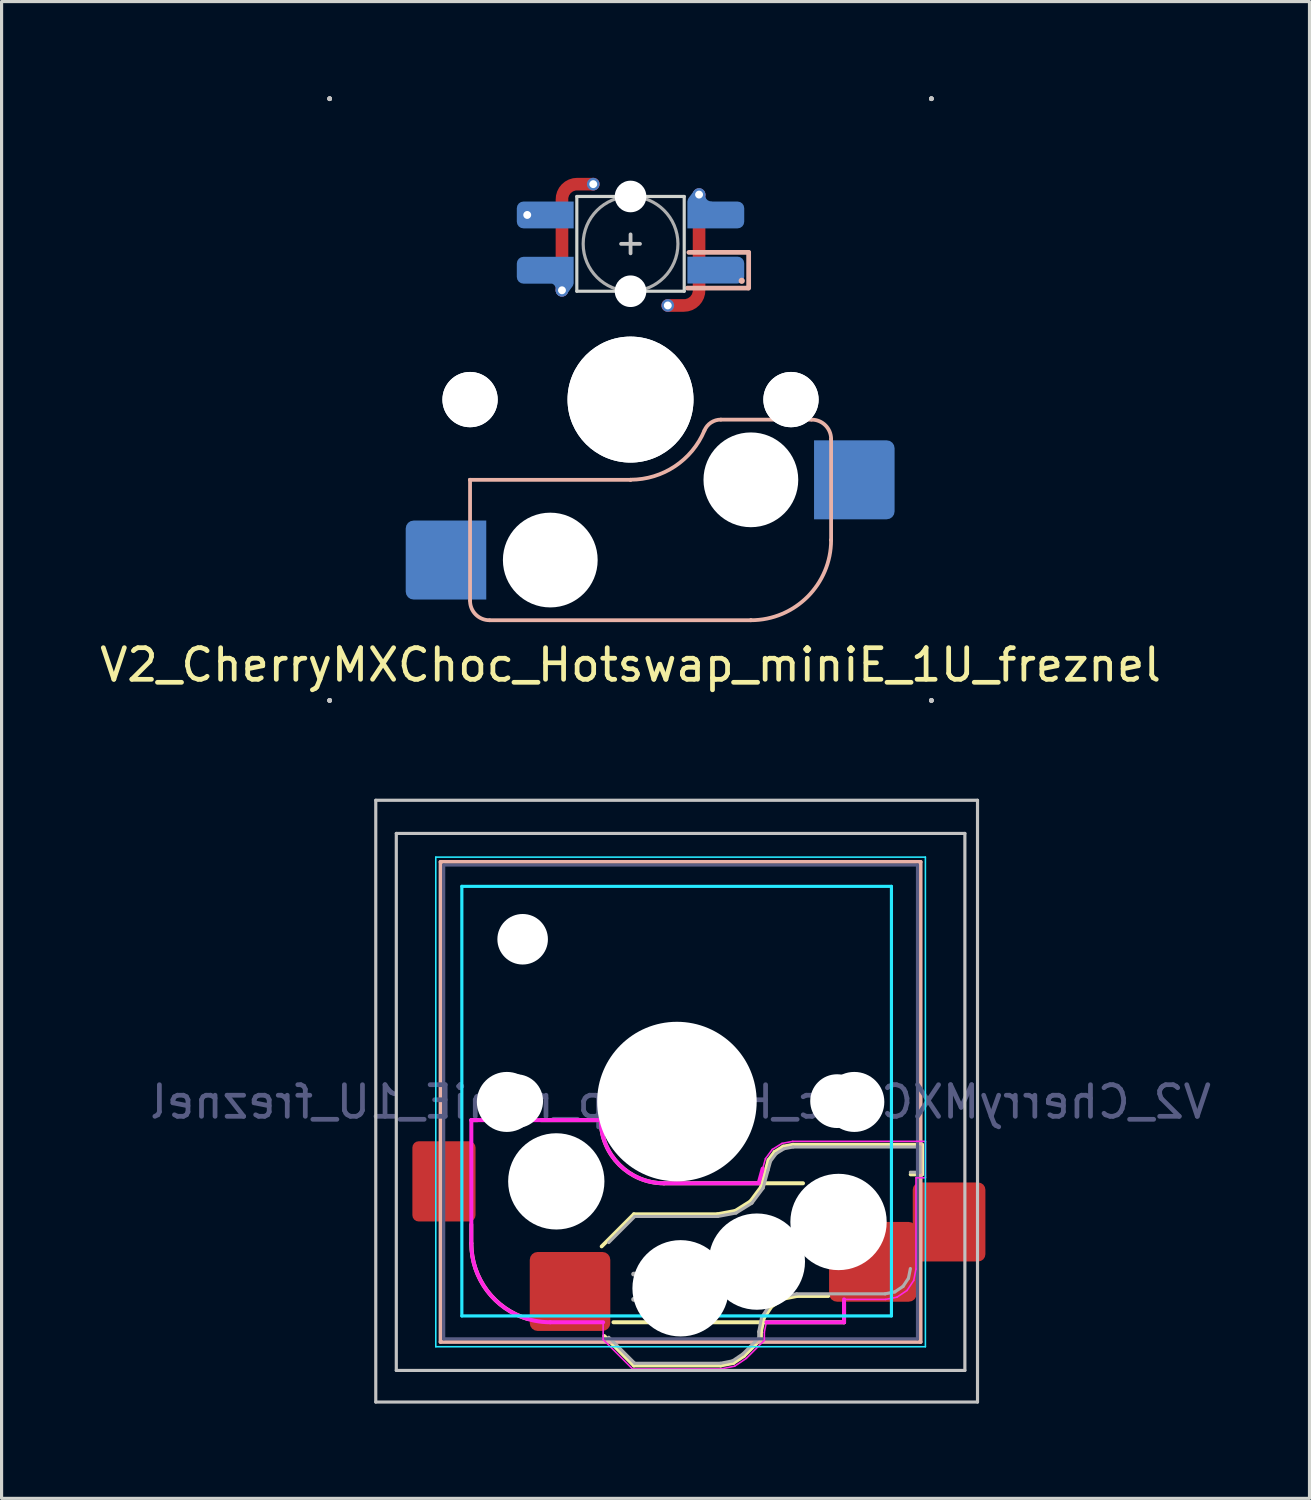
<source format=kicad_pcb>
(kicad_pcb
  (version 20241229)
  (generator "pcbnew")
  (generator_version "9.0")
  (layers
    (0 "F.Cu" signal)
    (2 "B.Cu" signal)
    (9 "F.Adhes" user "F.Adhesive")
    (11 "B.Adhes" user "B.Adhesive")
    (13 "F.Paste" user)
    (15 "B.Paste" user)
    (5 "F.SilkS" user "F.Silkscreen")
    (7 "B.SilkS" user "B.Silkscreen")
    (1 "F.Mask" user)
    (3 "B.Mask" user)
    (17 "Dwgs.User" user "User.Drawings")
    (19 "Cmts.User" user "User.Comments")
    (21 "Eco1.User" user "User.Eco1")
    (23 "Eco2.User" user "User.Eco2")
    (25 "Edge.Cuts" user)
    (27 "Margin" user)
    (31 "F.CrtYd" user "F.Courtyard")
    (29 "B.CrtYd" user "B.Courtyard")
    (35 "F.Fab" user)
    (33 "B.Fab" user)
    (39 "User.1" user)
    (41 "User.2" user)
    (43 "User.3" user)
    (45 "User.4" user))
  (footprint "V2_CherryMXChoc_Hotswap_miniE_1U_freznel"
    (layer "F.Cu")
    (at 16.911 9.6)
    (property "Reference" "V2_CherryMXChoc_Hotswap_miniE_1U_freznel" (at 0 8.4 180) (layer "F.SilkS") (effects (font (size 1 1) (thickness 0.15))))
    (attr through_hole)
    (fp_line (start -5.04 26.71) (end -5.04 26.11) (stroke (width 0.12) (type solid)) (layer "F.SilkS"))
    (fp_line (start -5.04 22.81) (end -4.84 22.81) (stroke (width 0.127) (type solid)) (layer "F.SilkS"))
    (fp_line (start -2.84 22.81) (end -0.94 22.81) (stroke (width 0.127) (type solid)) (layer "F.SilkS"))
    (fp_line (start -0.831 29.644) (end 0.106 30.581) (stroke (width 0.12) (type solid)) (layer "F.SilkS"))
    (fp_line (start 0.106 30.581) (end 2.853 30.581) (stroke (width 0.12) (type solid)) (layer "F.SilkS"))
    (fp_line (start 0.106 25.789) (end -0.915 26.81) (stroke (width 0.12) (type solid)) (layer "F.SilkS"))
    (fp_line (start 1.06 24.81) (end 5.46 24.81) (stroke (width 0.127) (type solid)) (layer "F.SilkS"))
    (fp_line (start 2.753 25.789) (end 0.106 25.789) (stroke (width 0.12) (type solid)) (layer "F.SilkS"))
    (fp_line (start 2.853 30.581) (end 3.256 30.501) (stroke (width 0.12) (type solid)) (layer "F.SilkS"))
    (fp_line (start 3.256 30.501) (end 3.598 30.272) (stroke (width 0.12) (type solid)) (layer "F.SilkS"))
    (fp_line (start 3.315 25.684) (end 2.753 25.789) (stroke (width 0.12) (type solid)) (layer "F.SilkS"))
    (fp_line (start 3.598 30.272) (end 4.131 29.739) (stroke (width 0.12) (type solid)) (layer "F.SilkS"))
    (fp_line (start 3.794 25.385) (end 3.315 25.684) (stroke (width 0.12) (type solid)) (layer "F.SilkS"))
    (fp_line (start 4.131 29.739) (end 4.131 29.517) (stroke (width 0.12) (type solid)) (layer "F.SilkS"))
    (fp_line (start 4.131 29.517) (end 4.218 29.079) (stroke (width 0.12) (type solid)) (layer "F.SilkS"))
    (fp_line (start 4.132 24.932) (end 3.794 25.385) (stroke (width 0.12) (type solid)) (layer "F.SilkS"))
    (fp_line (start 4.218 29.079) (end 4.462 28.712) (stroke (width 0.12) (type solid)) (layer "F.SilkS"))
    (fp_line (start 4.286 24.374) (end 4.132 24.932) (stroke (width 0.12) (type solid)) (layer "F.SilkS"))
    (fp_line (start 4.368 24.076) (end 4.286 24.374) (stroke (width 0.12) (type solid)) (layer "F.SilkS"))
    (fp_line (start 4.462 28.712) (end 4.829 28.468) (stroke (width 0.12) (type solid)) (layer "F.SilkS"))
    (fp_line (start 4.561 23.818) (end 4.368 24.076) (stroke (width 0.12) (type solid)) (layer "F.SilkS"))
    (fp_line (start 4.829 28.468) (end 5.267 28.381) (stroke (width 0.12) (type solid)) (layer "F.SilkS"))
    (fp_line (start 4.835 23.648) (end 4.561 23.818) (stroke (width 0.12) (type solid)) (layer "F.SilkS"))
    (fp_line (start 5.145 23.589) (end 4.835 23.648) (stroke (width 0.12) (type solid)) (layer "F.SilkS"))
    (fp_line (start 5.267 28.381) (end 6.26 28.381) (stroke (width 0.12) (type solid)) (layer "F.SilkS"))
    (fp_line (start 6.76 29.21) (end -0.54 29.21) (stroke (width 0.127) (type solid)) (layer "F.SilkS"))
    (fp_line (start 6.76 29.21) (end 6.76 28.61) (stroke (width 0.127) (type solid)) (layer "F.SilkS"))
    (fp_line (start 8.868 24.531) (end 9.231 24.531) (stroke (width 0.12) (type solid)) (layer "F.SilkS"))
    (fp_line (start 9.231 23.589) (end 5.145 23.589) (stroke (width 0.12) (type solid)) (layer "F.SilkS"))
    (fp_line (start 9.231 24.531) (end 9.231 23.589) (stroke (width 0.12) (type solid)) (layer "F.SilkS"))
    (fp_arc (start -3.24 29.11) (mid -4.54 28.209999) (end -5.040003 26.709999) (stroke (width 0.127) (type solid)) (layer "F.SilkS"))
    (fp_arc (start 1.059997 24.809998) (mid -0.354215 24.224213) (end -0.940002 22.810002) (stroke (width 0.127) (type solid)) (layer "F.SilkS"))
    (fp_line (start -6.015 14.635) (end 9.185 14.635) (stroke (width 0.12) (type solid)) (layer "B.SilkS"))
    (fp_line (start -6.015 29.835) (end -6.015 14.635) (stroke (width 0.12) (type solid)) (layer "B.SilkS"))
    (fp_line (start -5.08 2.54) (end -5.08 2.54) (stroke (width 0.12) (type solid)) (layer "B.SilkS"))
    (fp_line (start -5.08 2.54) (end -5.08 2.54) (stroke (width 0.12) (type solid)) (layer "B.SilkS"))
    (fp_line (start -5.08 6.36) (end -5.08 2.54) (stroke (width 0.12) (type solid)) (layer "B.SilkS"))
    (fp_line (start -4.46 6.985) (end 3.81 6.985) (stroke (width 0.12) (type solid)) (layer "B.SilkS"))
    (fp_line (start 0 2.54) (end -5.08 2.54) (stroke (width 0.12) (type solid)) (layer "B.SilkS"))
    (fp_line (start 0 2.54) (end 0 2.54) (stroke (width 0.12) (type solid)) (layer "B.SilkS"))
    (fp_line (start 1.8 -3.53) (end 3.724 -3.53) (stroke (width 0.15) (type solid)) (layer "B.SilkS"))
    (fp_line (start 2.86 0.635) (end 5.72 0.635) (stroke (width 0.12) (type solid)) (layer "B.SilkS"))
    (fp_line (start 3.74 -4.66) (end 1.847 -4.66) (stroke (width 0.15) (type solid)) (layer "B.SilkS"))
    (fp_line (start 3.74 -3.53) (end 3.74 -4.66) (stroke (width 0.15) (type solid)) (layer "B.SilkS"))
    (fp_line (start 3.81 6.985) (end 3.81 6.985) (stroke (width 0.12) (type solid)) (layer "B.SilkS"))
    (fp_line (start 6.35 1.25) (end 6.35 4.445) (stroke (width 0.12) (type solid)) (layer "B.SilkS"))
    (fp_line (start 6.35 4.445) (end 6.35 4.445) (stroke (width 0.12) (type solid)) (layer "B.SilkS"))
    (fp_line (start 9.185 14.635) (end 9.185 29.835) (stroke (width 0.12) (type solid)) (layer "B.SilkS"))
    (fp_line (start 9.185 29.835) (end -6.015 29.835) (stroke (width 0.12) (type solid)) (layer "B.SilkS"))
    (fp_arc (start -4.465 6.985) (mid -4.899871 6.804871) (end -5.08 6.37) (stroke (width 0.12) (type default)) (layer "B.SilkS"))
    (fp_arc (start 2.34 0.98) (mid 1.405313 2.11213) (end 0 2.536928) (stroke (width 0.12) (type solid)) (layer "B.SilkS"))
    (fp_arc (start 2.34 0.98) (mid 2.547382 0.727885) (end 2.859999 0.633863) (stroke (width 0.12) (type default)) (layer "B.SilkS"))
    (fp_arc (start 5.735129 0.635) (mid 6.17 0.815129) (end 6.350129 1.25) (stroke (width 0.12) (type default)) (layer "B.SilkS"))
    (fp_arc (start 6.35 4.445) (mid 5.606051 6.241051) (end 3.81 6.985) (stroke (width 0.12) (type solid)) (layer "B.SilkS"))
    (fp_circle (center 3.521 -3.76) (end 3.62 -3.76) (stroke (width 0) (type solid)) (fill yes) (layer "B.SilkS"))
    (fp_line (start -9.525 -9.525) (end -9.525 -9.525) (stroke (width 0.15) (type solid)) (layer "Dwgs.User"))
    (fp_line (start -9.525 -9.525) (end -9.525 -9.525) (stroke (width 0.15) (type solid)) (layer "Dwgs.User"))
    (fp_line (start -9.525 -9.525) (end -9.525 -9.525) (stroke (width 0.15) (type solid)) (layer "Dwgs.User"))
    (fp_line (start -9.525 -9.525) (end -9.525 -9.525) (stroke (width 0.15) (type solid)) (layer "Dwgs.User"))
    (fp_line (start -9.525 9.525) (end -9.525 9.525) (stroke (width 0.15) (type solid)) (layer "Dwgs.User"))
    (fp_line (start -9.525 9.525) (end -9.525 9.525) (stroke (width 0.15) (type solid)) (layer "Dwgs.User"))
    (fp_line (start -9.525 9.525) (end -9.525 9.525) (stroke (width 0.15) (type solid)) (layer "Dwgs.User"))
    (fp_line (start -9.525 9.525) (end -9.525 9.525) (stroke (width 0.15) (type solid)) (layer "Dwgs.User"))
    (fp_line (start -8.065 12.685) (end -8.065 31.735) (stroke (width 0.1) (type solid)) (layer "Dwgs.User"))
    (fp_line (start -7.415 30.735) (end -7.415 13.735) (stroke (width 0.1) (type solid)) (layer "Dwgs.User"))
    (fp_line (start -7.415 13.735) (end 10.585 13.735) (stroke (width 0.1) (type solid)) (layer "Dwgs.User"))
    (fp_line (start -0.299 -4.93) (end 0.3 -4.93) (stroke (width 0.12) (type solid)) (layer "Dwgs.User"))
    (fp_line (start 0.001 -4.63) (end 0.001 -5.23) (stroke (width 0.12) (type solid)) (layer "Dwgs.User"))
    (fp_line (start 9.525 -9.525) (end 9.525 -9.525) (stroke (width 0.15) (type solid)) (layer "Dwgs.User"))
    (fp_line (start 9.525 -9.525) (end 9.525 -9.525) (stroke (width 0.15) (type solid)) (layer "Dwgs.User"))
    (fp_line (start 9.525 -9.525) (end 9.525 -9.525) (stroke (width 0.15) (type solid)) (layer "Dwgs.User"))
    (fp_line (start 9.525 -9.525) (end 9.525 -9.525) (stroke (width 0.15) (type solid)) (layer "Dwgs.User"))
    (fp_line (start 9.525 9.525) (end 9.525 9.525) (stroke (width 0.15) (type solid)) (layer "Dwgs.User"))
    (fp_line (start 9.525 9.525) (end 9.525 9.525) (stroke (width 0.15) (type solid)) (layer "Dwgs.User"))
    (fp_line (start 9.525 9.525) (end 9.525 9.525) (stroke (width 0.15) (type solid)) (layer "Dwgs.User"))
    (fp_line (start 9.525 9.525) (end 9.525 9.525) (stroke (width 0.15) (type solid)) (layer "Dwgs.User"))
    (fp_line (start 10.585 13.735) (end 10.585 30.735) (stroke (width 0.1) (type solid)) (layer "Dwgs.User"))
    (fp_line (start 10.585 30.735) (end -7.415 30.735) (stroke (width 0.1) (type solid)) (layer "Dwgs.User"))
    (fp_line (start 10.985 31.735) (end -8.065 31.735) (stroke (width 0.1) (type solid)) (layer "Dwgs.User"))
    (fp_line (start 10.985 31.735) (end 10.985 12.685) (stroke (width 0.1) (type solid)) (layer "Dwgs.User"))
    (fp_line (start 10.985 12.685) (end -8.065 12.685) (stroke (width 0.1) (type solid)) (layer "Dwgs.User"))
    (fp_line (start -5.665 29.485) (end -5.665 14.985) (stroke (width 0.1) (type solid)) (layer "Eco1.User"))
    (fp_line (start -5.665 14.985) (end 8.835 14.985) (stroke (width 0.1) (type solid)) (layer "Eco1.User"))
    (fp_line (start -5.54 28.71) (end -5.54 15.71) (stroke (width 0.1) (type solid)) (layer "Eco1.User"))
    (fp_line (start -5.04 15.21) (end 7.96 15.21) (stroke (width 0.1) (type solid)) (layer "Eco1.User"))
    (fp_line (start 7.96 29.21) (end -5.04 29.21) (stroke (width 0.1) (type solid)) (layer "Eco1.User"))
    (fp_line (start 8.46 15.71) (end 8.46 28.71) (stroke (width 0.1) (type solid)) (layer "Eco1.User"))
    (fp_line (start 8.835 14.985) (end 8.835 29.485) (stroke (width 0.1) (type solid)) (layer "Eco1.User"))
    (fp_line (start 8.835 29.485) (end -5.665 29.485) (stroke (width 0.1) (type solid)) (layer "Eco1.User"))
    (fp_arc (start -5.539997 15.710001) (mid -5.393551 15.356449) (end -5.040002 15.209998) (stroke (width 0.1) (type solid)) (layer "Eco1.User"))
    (fp_arc (start -5.039999 29.209997) (mid -5.393551 29.06355) (end -5.54 28.71) (stroke (width 0.1) (type solid)) (layer "Eco1.User"))
    (fp_arc (start 7.959995 15.210001) (mid 8.31355 15.356444) (end 8.460002 15.709997) (stroke (width 0.1) (type solid)) (layer "Eco1.User"))
    (fp_arc (start 8.459999 28.709997) (mid 8.313555 29.063551) (end 7.960003 29.210002) (stroke (width 0.1) (type solid)) (layer "Eco1.User"))
    (fp_rect (start -7 -7) (end 7 7) (stroke (width 0.12) (type default)) (fill no) (layer "Eco2.User"))
    (fp_line (start -1.7 -6.43) (end -1.7 -3.43) (stroke (width 0.1) (type solid)) (layer "Edge.Cuts"))
    (fp_line (start 1.7 -6.43) (end -1.7 -6.43) (stroke (width 0.1) (type solid)) (layer "Edge.Cuts"))
    (fp_line (start 1.7 -3.43) (end -1.7 -3.43) (stroke (width 0.1) (type solid)) (layer "Edge.Cuts"))
    (fp_line (start 1.7 -3.43) (end 1.7 -6.43) (stroke (width 0.1) (type solid)) (layer "Edge.Cuts"))
    (fp_line (start -6.165 14.485) (end 9.335 14.485) (stroke (width 0.05) (type solid)) (layer "B.CrtYd"))
    (fp_line (start -6.165 29.985) (end -6.165 14.485) (stroke (width 0.05) (type solid)) (layer "B.CrtYd"))
    (fp_line (start -5.34 15.41) (end -5.34 29.01) (stroke (width 0.1) (type solid)) (layer "B.CrtYd"))
    (fp_line (start -5.34 15.41) (end 8.26 15.41) (stroke (width 0.1) (type solid)) (layer "B.CrtYd"))
    (fp_line (start 8.26 29.01) (end -5.34 29.01) (stroke (width 0.1) (type solid)) (layer "B.CrtYd"))
    (fp_line (start 8.26 29.01) (end 8.26 15.41) (stroke (width 0.1) (type solid)) (layer "B.CrtYd"))
    (fp_line (start 9.335 29.985) (end -6.165 29.985) (stroke (width 0.05) (type solid)) (layer "B.CrtYd"))
    (fp_line (start 9.335 14.485) (end 9.335 29.985) (stroke (width 0.05) (type solid)) (layer "B.CrtYd"))
    (fp_line (start -5.04 26.71) (end -5.04 22.81) (stroke (width 0.127) (type solid)) (layer "F.CrtYd"))
    (fp_line (start -5.04 22.81) (end -0.94 22.81) (stroke (width 0.127) (type solid)) (layer "F.CrtYd"))
    (fp_line (start -0.867 29.21) (end -2.54 29.21) (stroke (width 0.127) (type solid)) (layer "F.CrtYd"))
    (fp_line (start -0.867 29.758) (end -0.867 29.203) (stroke (width 0.05) (type default)) (layer "F.CrtYd"))
    (fp_line (start -0.867 29.758) (end 0.062 30.687) (stroke (width 0.05) (type solid)) (layer "F.CrtYd"))
    (fp_line (start 0.062 30.687) (end 2.863 30.687) (stroke (width 0.05) (type solid)) (layer "F.CrtYd"))
    (fp_line (start 1.06 24.81) (end 4.059 24.81) (stroke (width 0.127) (type solid)) (layer "F.CrtYd"))
    (fp_line (start 2.863 30.687) (end 3.297 30.601) (stroke (width 0.05) (type solid)) (layer "F.CrtYd"))
    (fp_line (start 3.297 30.601) (end 3.666 30.354) (stroke (width 0.05) (type solid)) (layer "F.CrtYd"))
    (fp_line (start 3.666 30.354) (end 4.237 29.783) (stroke (width 0.05) (type solid)) (layer "F.CrtYd"))
    (fp_line (start 4.184 24.346) (end 4.059 24.802) (stroke (width 0.127) (type solid)) (layer "F.CrtYd"))
    (fp_line (start 4.237 29.527) (end 4.301 29.203) (stroke (width 0.05) (type solid)) (layer "F.CrtYd"))
    (fp_line (start 4.237 29.783) (end 4.237 29.527) (stroke (width 0.05) (type solid)) (layer "F.CrtYd"))
    (fp_line (start 4.272 24.029) (end 4.184 24.346) (stroke (width 0.05) (type solid)) (layer "F.CrtYd"))
    (fp_line (start 4.488 23.738) (end 4.272 24.029) (stroke (width 0.05) (type solid)) (layer "F.CrtYd"))
    (fp_line (start 4.796 23.547) (end 4.488 23.738) (stroke (width 0.05) (type solid)) (layer "F.CrtYd"))
    (fp_line (start 5.135 23.483) (end 4.796 23.547) (stroke (width 0.05) (type solid)) (layer "F.CrtYd"))
    (fp_line (start 6.759 28.487) (end 8.077 28.487) (stroke (width 0.05) (type solid)) (layer "F.CrtYd"))
    (fp_line (start 6.759 29.21) (end 6.76 28.487) (stroke (width 0.127) (type solid)) (layer "F.CrtYd"))
    (fp_line (start 6.76 29.21) (end 4.301 29.21) (stroke (width 0.127) (type solid)) (layer "F.CrtYd"))
    (fp_line (start 8.077 28.487) (end 8.435 28.416) (stroke (width 0.05) (type solid)) (layer "F.CrtYd"))
    (fp_line (start 8.435 28.416) (end 8.753 28.203) (stroke (width 0.05) (type solid)) (layer "F.CrtYd"))
    (fp_line (start 8.753 28.203) (end 8.966 27.885) (stroke (width 0.05) (type solid)) (layer "F.CrtYd"))
    (fp_line (start 8.966 27.885) (end 9.037 27.527) (stroke (width 0.05) (type solid)) (layer "F.CrtYd"))
    (fp_line (start 9.037 24.637) (end 9.337 24.637) (stroke (width 0.05) (type solid)) (layer "F.CrtYd"))
    (fp_line (start 9.037 27.527) (end 9.037 24.637) (stroke (width 0.05) (type solid)) (layer "F.CrtYd"))
    (fp_line (start 9.337 23.483) (end 5.135 23.483) (stroke (width 0.05) (type solid)) (layer "F.CrtYd"))
    (fp_line (start 9.337 24.637) (end 9.337 23.483) (stroke (width 0.05) (type solid)) (layer "F.CrtYd"))
    (fp_arc (start -2.54 29.209998) (mid -4.307766 28.477764) (end -5.040003 26.709999) (stroke (width 0.127) (type solid)) (layer "F.CrtYd"))
    (fp_arc (start 1.059997 24.809998) (mid -0.354215 24.224213) (end -0.940002 22.810002) (stroke (width 0.127) (type solid)) (layer "F.CrtYd"))
    (fp_line (start -5.915 14.735) (end 9.085 14.735) (stroke (width 0.1) (type solid)) (layer "B.Fab"))
    (fp_line (start -5.915 29.735) (end -5.915 14.735) (stroke (width 0.1) (type solid)) (layer "B.Fab"))
    (fp_line (start 9.085 29.735) (end -5.915 29.735) (stroke (width 0.1) (type solid)) (layer "B.Fab"))
    (fp_line (start 9.085 14.735) (end 9.085 29.735) (stroke (width 0.1) (type solid)) (layer "B.Fab"))
    (fp_line (start -0.69 29.685) (end 0.135 30.51) (stroke (width 0.1) (type solid)) (layer "F.Fab"))
    (fp_line (start 0.135 25.86) (end -0.69 26.685) (stroke (width 0.1) (type solid)) (layer "F.Fab"))
    (fp_line (start 0.135 30.51) (end 2.846 30.51) (stroke (width 0.1) (type solid)) (layer "F.Fab"))
    (fp_line (start 2.76 25.86) (end 0.135 25.86) (stroke (width 0.1) (type solid)) (layer "F.Fab"))
    (fp_line (start 2.846 30.51) (end 3.228 30.434) (stroke (width 0.1) (type solid)) (layer "F.Fab"))
    (fp_line (start 3.228 30.434) (end 3.553 30.217) (stroke (width 0.1) (type solid)) (layer "F.Fab"))
    (fp_line (start 3.341 25.751) (end 2.76 25.86) (stroke (width 0.1) (type solid)) (layer "F.Fab"))
    (fp_line (start 3.553 30.217) (end 4.06 29.71) (stroke (width 0.1) (type solid)) (layer "F.Fab"))
    (fp_line (start 3.843 25.438) (end 3.341 25.751) (stroke (width 0.1) (type solid)) (layer "F.Fab"))
    (fp_line (start 4.06 29.71) (end 4.06 29.51) (stroke (width 0.1) (type solid)) (layer "F.Fab"))
    (fp_line (start 4.06 29.51) (end 4.151 29.051) (stroke (width 0.1) (type solid)) (layer "F.Fab"))
    (fp_line (start 4.151 29.051) (end 4.411 28.661) (stroke (width 0.1) (type solid)) (layer "F.Fab"))
    (fp_line (start 4.197 24.964) (end 3.843 25.438) (stroke (width 0.1) (type solid)) (layer "F.Fab"))
    (fp_line (start 4.354 24.393) (end 4.197 24.964) (stroke (width 0.1) (type solid)) (layer "F.Fab"))
    (fp_line (start 4.411 28.661) (end 4.801 28.401) (stroke (width 0.1) (type solid)) (layer "F.Fab"))
    (fp_line (start 4.433 24.108) (end 4.354 24.393) (stroke (width 0.1) (type solid)) (layer "F.Fab"))
    (fp_line (start 4.61 23.871) (end 4.433 24.108) (stroke (width 0.1) (type solid)) (layer "F.Fab"))
    (fp_line (start 4.801 28.401) (end 5.26 28.31) (stroke (width 0.1) (type solid)) (layer "F.Fab"))
    (fp_line (start 4.861 23.715) (end 4.61 23.871) (stroke (width 0.1) (type solid)) (layer "F.Fab"))
    (fp_line (start 5.152 23.66) (end 4.861 23.715) (stroke (width 0.1) (type solid)) (layer "F.Fab"))
    (fp_line (start 5.26 28.31) (end 8.06 28.31) (stroke (width 0.1) (type solid)) (layer "F.Fab"))
    (fp_line (start 8.06 28.31) (end 8.366 28.249) (stroke (width 0.1) (type solid)) (layer "F.Fab"))
    (fp_line (start 8.366 28.249) (end 8.626 28.076) (stroke (width 0.1) (type solid)) (layer "F.Fab"))
    (fp_line (start 8.626 28.076) (end 8.799 27.816) (stroke (width 0.1) (type solid)) (layer "F.Fab"))
    (fp_line (start 8.799 27.816) (end 8.86 27.51) (stroke (width 0.1) (type solid)) (layer "F.Fab"))
    (fp_line (start 8.86 24.46) (end 9.16 24.46) (stroke (width 0.1) (type solid)) (layer "F.Fab"))
    (fp_line (start 9.16 24.46) (end 9.16 23.66) (stroke (width 0.1) (type solid)) (layer "F.Fab"))
    (fp_line (start 9.16 23.66) (end 5.152 23.66) (stroke (width 0.1) (type solid)) (layer "F.Fab"))
    (fp_circle (center 0.001 -4.93) (end 0.001 -6.43) (stroke (width 0.1) (type solid)) (fill no) (layer "F.Fab"))
    (fp_line (start -9.525 9.525) (end -9.525 -9.525) (stroke (width 0.15) (type solid)) (layer "User.2"))
    (fp_line (start 9.525 -9.525) (end -9.525 -9.525) (stroke (width 0.15) (type solid)) (layer "User.2"))
    (fp_line (start 9.525 9.525) (end -9.525 9.525) (stroke (width 0.15) (type solid)) (layer "User.2"))
    (fp_line (start 9.525 9.525) (end 9.525 -9.525) (stroke (width 0.15) (type solid)) (layer "User.2"))
    (fp_text user "${REFERENCE}" (at 1.585 22.235 0) (layer "B.Fab") (effects (font (size 1 1) (thickness 0.15)) (justify mirror)))
    (fp_text user "HOLE" (at 1.469 28.123 0) (layer "F.Fab") (effects (font (size 0.8 0.8) (thickness 0.15)) (justify mirror)))
    (pad "" np_thru_hole circle (at -5.08 0 180) (size 1.75 1.75) (drill 1.75) (layers "*.Cu" "*.Mask"))
    (pad "" np_thru_hole circle (at -5.08 0 180) (size 1.75 1.75) (drill 1.75) (layers "*.Cu" "*.Mask"))
    (pad "" np_thru_hole circle (at -3.915 22.235 180) (size 1.9 1.9) (drill 1.9) (layers "*.Cu" "*.Mask"))
    (pad "" np_thru_hole circle (at -3.62 22.21 180) (size 1.702 1.702) (drill 1.702) (layers "*.Cu" "*.Mask"))
    (pad "" np_thru_hole circle (at -3.415 17.085 180) (size 1.6 1.6) (drill 1.6) (layers "*.Cu" "*.Mask"))
    (pad "" smd roundrect (at -2.689 -5.845) (size 1.82 0.85) (layers "B.Mask") (roundrect_rratio 0.25) (chamfer_ratio 0) (chamfer top_right bottom_right))
    (pad "" smd roundrect (at -2.689 -4.095) (size 1.82 0.84) (layers "B.Mask") (roundrect_rratio 0.25) (chamfer_ratio 0) (chamfer top_right bottom_right))
    (pad "" np_thru_hole circle (at -2.54 5.08 180) (size 3 3) (drill 3) (layers "*.Cu" "*.Mask"))
    (pad "" np_thru_hole circle (at -2.35 24.75 270) (size 3.048 3.048) (drill 3.048) (layers "*.Cu" "*.Mask"))
    (pad "" np_thru_hole circle (at 0 0 180) (size 3.988 3.988) (drill 3.988) (layers "*.Cu" "*.Mask"))
    (pad "" np_thru_hole circle (at 0 0 180) (size 3.988 3.988) (drill 3.988) (layers "*.Cu" "*.Mask"))
    (pad "" np_thru_hole circle (at 0.001 -6.43 180) (size 1 1) (drill 1) (layers "*.Cu" "*.Mask"))
    (pad "" np_thru_hole circle (at 0.001 -3.43 180) (size 1 1) (drill 1) (layers "*.Cu" "*.Mask"))
    (pad "" np_thru_hole circle (at 1.469 22.223 180) (size 5.05 5.05) (drill 5.05) (layers "*.Cu" "*.Mask"))
    (pad "" np_thru_hole circle (at 1.585 28.135 180) (size 3.05 3.05) (drill 3.05) (layers "*.Cu" "*.Mask"))
    (pad "" smd rect (at 2.471 -4.09 180) (size 1.38 0.84) (layers "B.Mask"))
    (pad "" smd roundrect (at 2.691 -5.84 180) (size 1.82 0.84) (layers "B.Mask") (roundrect_rratio 0.25) (chamfer_ratio 0) (chamfer top_right bottom_right))
    (pad "" smd roundrect (at 2.855 -4.09 180) (size 1.49 0.84) (layers "B.Mask") (roundrect_rratio 0.25) (chamfer_ratio 0.5) (chamfer top_left))
    (pad "" np_thru_hole circle (at 3.81 2.54 180) (size 3 3) (drill 3) (layers "*.Cu" "*.Mask"))
    (pad "" np_thru_hole circle (at 4 27.29 180) (size 3.048 3.048) (drill 3.048) (layers "*.Cu" "*.Mask"))
    (pad "" np_thru_hole circle (at 5.08 0 180) (size 1.75 1.75) (drill 1.75) (layers "*.Cu" "*.Mask"))
    (pad "" np_thru_hole circle (at 5.08 0 180) (size 1.75 1.75) (drill 1.75) (layers "*.Cu" "*.Mask"))
    (pad "" np_thru_hole circle (at 6.54 22.21 180) (size 1.702 1.702) (drill 1.702) (layers "*.Cu" "*.Mask"))
    (pad "" np_thru_hole circle (at 6.585 26.035 180) (size 3.05 3.05) (drill 3.05) (layers "*.Cu" "*.Mask"))
    (pad "" np_thru_hole circle (at 7.085 22.235 180) (size 1.9 1.9) (drill 1.9) (layers "*.Cu" "*.Mask"))
    (pad "1" thru_hole circle (at -3.27 -5.845 180) (size 0.4 0.4) (drill 0.25) (layers "*.Cu" "*.Mask"))
    (pad "1" smd custom (at -2.7 -5.845) (size 0.85 0.85) (layers "B.Cu") (options (anchor circle)) (primitives (gr_poly (pts (xy -0.9 -0.212) (xy -0.884 -0.294) (xy -0.838 -0.363) (xy -0.769 -0.409) (xy -0.688 -0.425) (xy 0.9 -0.425) (xy 0.9 0.425) (xy -0.688 0.425) (xy -0.769 0.409) (xy -0.838 0.363) (xy -0.884 0.294) (xy -0.9 0.212)) (width 0) (fill yes))))
    (pad "1" smd roundrect (at 7.673 27.297 180) (size 2.774 2.525) (layers "F.Cu" "F.Mask" "F.Paste") (roundrect_rratio 0.1))
    (pad "1" smd roundrect (at 10.085 26.035 180) (size 2.3 2.5) (layers "F.Cu" "F.Mask" "F.Paste") (roundrect_rratio 0.1))
    (pad "2" smd roundrect (at -5.906 24.75 180) (size 2 2.54) (layers "F.Cu" "F.Mask" "F.Paste") (roundrect_rratio 0.1))
    (pad "2" smd custom (at -2.7 -4.095 180) (size 0.85 0.85) (layers "B.Cu") (options (anchor circle)) (primitives (gr_arc (start -0.150799 -0.213566) (mid -0.4195 -0.324865) (end -0.530799 -0.593566) (width 0.4)) (gr_line (start -0.529 -0.625) (end -0.7 -0.395) (width 0.4)) (gr_poly (pts (xy -0.9 -0.425) (xy 0.688 -0.425) (xy 0.769 -0.409) (xy 0.838 -0.363) (xy 0.884 -0.294) (xy 0.9 -0.212) (xy 0.9 0.212) (xy 0.884 0.294) (xy 0.838 0.363) (xy 0.769 0.409) (xy 0.688 0.425) (xy -0.9 0.425)) (width 0) (fill yes)) (gr_line (start -0.529 -0.635) (end -0.529 -0.265) (width 0.4))))
    (pad "2" thru_hole circle (at -2.17 -3.46 180) (size 0.4 0.4) (drill 0.25) (layers "*.Cu" "*.Mask"))
    (pad "2" smd custom (at -2.17 -3.46 180) (size 0.4 0.4) (layers "F.Cu") (options (anchor circle)) (primitives (gr_line (start 0 0) (end 0 2.87) (width 0.4)) (gr_arc (start 0 2.87) (mid -0.136998 3.21593) (end -0.48 3.360103) (width 0.4)) (gr_line (start -0.48 3.36) (end -0.99 3.36) (width 0.4))))
    (pad "2" smd roundrect (at -1.915 28.235 180) (size 2.55 2.5) (layers "F.Cu" "F.Mask" "F.Paste") (roundrect_rratio 0.1))
    (pad "2" thru_hole circle (at -1.18 -6.82 180) (size 0.4 0.4) (drill 0.25) (layers "*.Cu" "*.Mask"))
    (pad "3" smd custom (at 2.7 -4.1 180) (size 0.85 0.85) (layers "B.Cu") (options (anchor circle)) (primitives (gr_poly (pts (xy 0.9 -0.425) (xy -0.688 -0.425) (xy -0.769 -0.409) (xy -0.838 -0.363) (xy -0.884 -0.294) (xy -0.9 -0.212) (xy -0.9 0.212) (xy -0.884 0.294) (xy -0.838 0.363) (xy -0.769 0.409) (xy -0.688 0.425) (xy 0.9 0.425)) (width 0) (fill yes))))
    (pad "4" thru_hole circle (at 1.18 -2.98 180) (size 0.4 0.4) (drill 0.25) (layers "*.Cu" "*.Mask"))
    (pad "4" thru_hole circle (at 2.17 -6.49 180) (size 0.4 0.4) (drill 0.25) (layers "*.Cu" "*.Mask"))
    (pad "4" smd custom (at 2.17 -6.49) (size 0.4 0.4) (layers "F.Cu") (options (anchor circle)) (primitives (gr_line (start 0 0) (end 0 3.02) (width 0.4)) (gr_arc (start 0 3.019897) (mid -0.136998 3.365827) (end -0.48 3.51) (width 0.4)) (gr_line (start -0.48 3.51) (end -0.99 3.51) (width 0.4))))
    (pad "4" smd custom (at 2.7 -5.845) (size 0.85 0.85) (layers "B.Cu") (options (anchor circle)) (primitives (gr_arc (start -0.151799 -0.233836) (mid -0.4205 -0.345135) (end -0.531799 -0.613836) (width 0.4)) (gr_line (start -0.53 -0.645) (end -0.701 -0.415) (width 0.4)) (gr_poly (pts (xy -0.9 -0.425) (xy 0.688 -0.425) (xy 0.769 -0.409) (xy 0.838 -0.363) (xy 0.884 -0.294) (xy 0.9 -0.212) (xy 0.9 0.212) (xy 0.884 0.294) (xy 0.838 0.363) (xy 0.769 0.409) (xy 0.688 0.425) (xy -0.9 0.425)) (width 0) (fill yes))))
    (pad "5" smd roundrect (at 7.085 2.54 180) (size 2.55 2.5) (layers "B.Cu" "B.Mask" "B.Paste") (roundrect_rratio 0.1) (chamfer_ratio 0) (chamfer top_right bottom_right))
    (pad "6" smd roundrect (at -5.842 5.08 180) (size 2.55 2.5) (layers "B.Cu" "B.Mask" "B.Paste") (roundrect_rratio 0.1) (chamfer_ratio 0) (chamfer top_left bottom_left)))
  (gr_rect
    (start -3 -3)
    (end 38.406 44.385)
    (stroke (width 0.1) (type default))
    (fill no)
    (layer "Edge.Cuts")))
</source>
